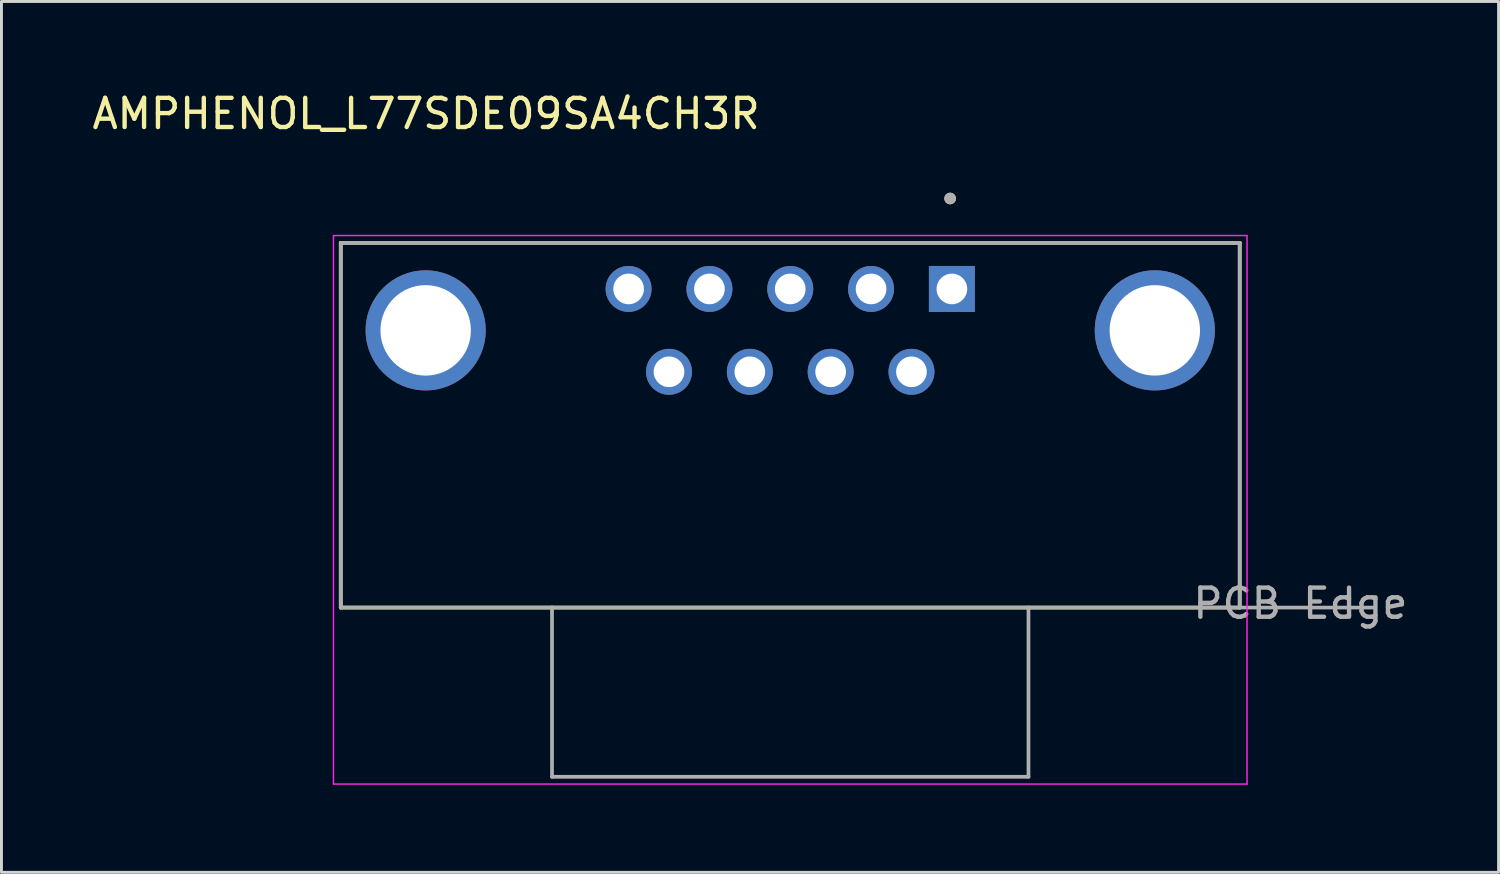
<source format=kicad_pcb>
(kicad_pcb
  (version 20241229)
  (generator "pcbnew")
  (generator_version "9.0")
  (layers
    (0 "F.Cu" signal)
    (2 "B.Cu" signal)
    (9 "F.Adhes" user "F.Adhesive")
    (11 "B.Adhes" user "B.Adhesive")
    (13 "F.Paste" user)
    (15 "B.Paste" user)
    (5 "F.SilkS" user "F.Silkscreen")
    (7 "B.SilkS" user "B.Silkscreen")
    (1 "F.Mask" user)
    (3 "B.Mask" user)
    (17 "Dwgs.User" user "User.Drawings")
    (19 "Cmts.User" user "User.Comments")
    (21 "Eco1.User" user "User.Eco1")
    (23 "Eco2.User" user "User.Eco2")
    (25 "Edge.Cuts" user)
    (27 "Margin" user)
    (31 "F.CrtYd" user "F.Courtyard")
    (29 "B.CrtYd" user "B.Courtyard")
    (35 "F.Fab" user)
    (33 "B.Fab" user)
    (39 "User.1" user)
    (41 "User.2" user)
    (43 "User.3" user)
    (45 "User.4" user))
  (footprint "AMPHENOL_L77SDE09SA4CH3R"
    (layer "F.Cu")
    (at 24.034 8.273)
    (property "Reference" "AMPHENOL_L77SDE09SA4CH3R" (at -12.48 -7.425 0) (layer "F.SilkS") (effects (font (size 1 1) (thickness 0.15))))
    (attr through_hole)
    (fp_line (start -15.405 -3) (end 15.405 -3) (stroke (width 0.127) (type solid)) (layer "F.SilkS"))
    (fp_line (start -15.405 9.5) (end -15.405 -3) (stroke (width 0.127) (type solid)) (layer "F.SilkS"))
    (fp_line (start -15.405 9.5) (end 15.405 9.5) (stroke (width 0.127) (type solid)) (layer "F.SilkS"))
    (fp_line (start 15.405 9.5) (end 15.405 -3) (stroke (width 0.127) (type solid)) (layer "F.SilkS"))
    (fp_circle (center 5.48 -4.52) (end 5.58 -4.52) (stroke (width 0.2) (type solid)) (fill no) (layer "F.SilkS"))
    (fp_line (start -15.655 -3.25) (end -15.655 15.55) (stroke (width 0.05) (type solid)) (layer "F.CrtYd"))
    (fp_line (start -15.655 15.55) (end 15.655 15.55) (stroke (width 0.05) (type solid)) (layer "F.CrtYd"))
    (fp_line (start 15.655 -3.25) (end -15.655 -3.25) (stroke (width 0.05) (type solid)) (layer "F.CrtYd"))
    (fp_line (start 15.655 15.55) (end 15.655 -3.25) (stroke (width 0.05) (type solid)) (layer "F.CrtYd"))
    (fp_line (start -15.405 -3) (end 15.405 -3) (stroke (width 0.127) (type solid)) (layer "F.Fab"))
    (fp_line (start -15.405 9.5) (end -15.405 -3) (stroke (width 0.127) (type solid)) (layer "F.Fab"))
    (fp_line (start -15.405 9.5) (end -8.165 9.5) (stroke (width 0.127) (type solid)) (layer "F.Fab"))
    (fp_line (start -8.165 9.5) (end -8.165 15.3) (stroke (width 0.127) (type solid)) (layer "F.Fab"))
    (fp_line (start -8.165 9.5) (end 8.165 9.5) (stroke (width 0.127) (type solid)) (layer "F.Fab"))
    (fp_line (start -8.165 15.3) (end 8.165 15.3) (stroke (width 0.127) (type solid)) (layer "F.Fab"))
    (fp_line (start 8.165 9.5) (end 15.405 9.5) (stroke (width 0.127) (type solid)) (layer "F.Fab"))
    (fp_line (start 8.165 15.3) (end 8.165 9.5) (stroke (width 0.127) (type solid)) (layer "F.Fab"))
    (fp_line (start 15.405 9.5) (end 15.405 -3) (stroke (width 0.127) (type solid)) (layer "F.Fab"))
    (fp_line (start 15.405 9.5) (end 20.025 9.5) (stroke (width 0.127) (type solid)) (layer "F.Fab"))
    (fp_circle (center 5.48 -4.52) (end 5.58 -4.52) (stroke (width 0.2) (type solid)) (fill no) (layer "F.Fab"))
    (fp_text user "PCB Edge" (at 17.485 9.36 0) (layer "F.Fab") (effects (font (size 1 1) (thickness 0.15))))
    (pad "01" thru_hole rect (at 5.54 -1.42) (size 1.575 1.575) (drill 1.05) (layers "*.Cu" "*.Mask"))
    (pad "02" thru_hole circle (at 2.77 -1.42) (size 1.575 1.575) (drill 1.05) (layers "*.Cu" "*.Mask"))
    (pad "03" thru_hole circle (at 0 -1.42) (size 1.575 1.575) (drill 1.05) (layers "*.Cu" "*.Mask"))
    (pad "04" thru_hole circle (at -2.77 -1.42) (size 1.575 1.575) (drill 1.05) (layers "*.Cu" "*.Mask"))
    (pad "05" thru_hole circle (at -5.54 -1.42) (size 1.575 1.575) (drill 1.05) (layers "*.Cu" "*.Mask"))
    (pad "06" thru_hole circle (at 4.155 1.42) (size 1.575 1.575) (drill 1.05) (layers "*.Cu" "*.Mask"))
    (pad "07" thru_hole circle (at 1.385 1.42) (size 1.575 1.575) (drill 1.05) (layers "*.Cu" "*.Mask"))
    (pad "08" thru_hole circle (at -1.385 1.42) (size 1.575 1.575) (drill 1.05) (layers "*.Cu" "*.Mask"))
    (pad "09" thru_hole circle (at -4.155 1.42) (size 1.575 1.575) (drill 1.05) (layers "*.Cu" "*.Mask"))
    (pad "S1" thru_hole circle (at -12.495 0) (size 4.116 4.116) (drill 3.1) (layers "*.Cu" "*.Mask"))
    (pad "S2" thru_hole circle (at 12.495 0) (size 4.116 4.116) (drill 3.1) (layers "*.Cu" "*.Mask")))
  (gr_rect
    (start -3 -3)
    (end 48.31 26.848)
    (stroke (width 0.1) (type default))
    (fill no)
    (layer "Edge.Cuts")))
</source>
